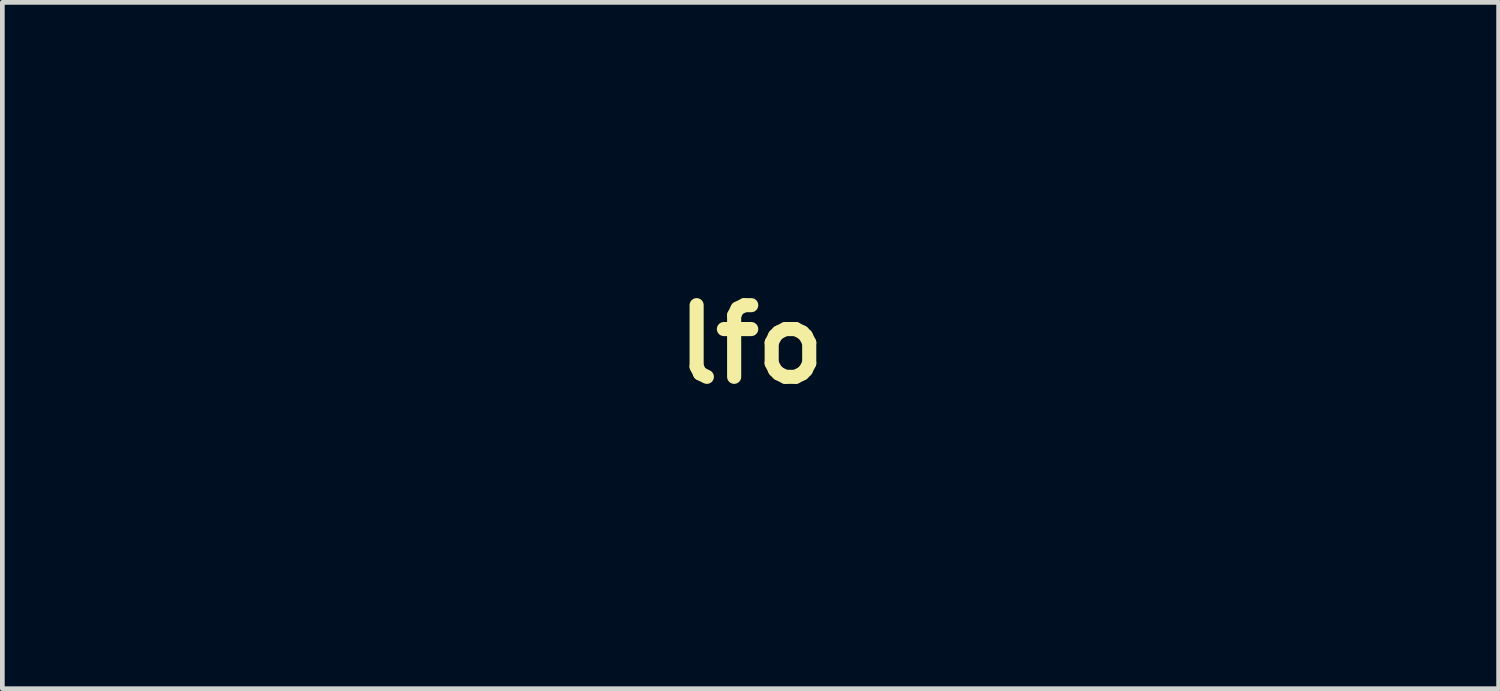
<source format=kicad_pcb>
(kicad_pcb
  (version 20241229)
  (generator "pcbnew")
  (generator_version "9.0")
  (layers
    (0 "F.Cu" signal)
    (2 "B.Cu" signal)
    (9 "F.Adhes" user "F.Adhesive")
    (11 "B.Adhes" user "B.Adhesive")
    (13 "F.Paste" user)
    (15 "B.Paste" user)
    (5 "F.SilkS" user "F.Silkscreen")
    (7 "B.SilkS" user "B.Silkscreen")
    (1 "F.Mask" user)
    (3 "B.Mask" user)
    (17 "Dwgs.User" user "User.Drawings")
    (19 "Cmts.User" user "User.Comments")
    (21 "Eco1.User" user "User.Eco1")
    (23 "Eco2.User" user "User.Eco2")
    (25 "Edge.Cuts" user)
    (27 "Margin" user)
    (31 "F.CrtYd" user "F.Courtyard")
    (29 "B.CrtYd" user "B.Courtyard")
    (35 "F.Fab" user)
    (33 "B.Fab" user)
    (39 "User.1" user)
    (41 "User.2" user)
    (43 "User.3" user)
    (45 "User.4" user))
  (footprint "lfo"
    (layer "F.Cu")
    (at 12.927 4.275)
    (property "Reference" "lfo" (at 0 0 0) (layer "F.SilkS") (effects (font (size 1.524 1.524) (thickness 0.3))))
    (attr through_hole)
    (fp_poly (pts (xy -12.167 -4.083) (xy -11.998 -4.011) (xy -11.833 -3.876) (xy -11.798 -3.838) (xy -11.736 -3.767) (xy -11.685 -3.7) (xy -11.645 -3.631) (xy -11.615 -3.551) (xy -11.592 -3.454) (xy -11.576 -3.332) (xy -11.566 -3.177) (xy -11.56 -2.983) (xy -11.558 -2.741) (xy -11.557 -2.445) (xy -11.557 -2.374) (xy -11.557 -1.362) (xy -11.451 -1.197) (xy -11.395 -1.121) (xy -11.303 -1.009) (xy -11.187 -0.874) (xy -11.054 -0.725) (xy -10.927 -0.587) (xy -10.789 -0.442) (xy -10.676 -0.32) (xy -10.586 -0.214) (xy -10.515 -0.115) (xy -10.46 -0.015) (xy -10.421 0.093) (xy -10.393 0.219) (xy -10.375 0.37) (xy -10.364 0.553) (xy -10.358 0.779) (xy -10.354 1.053) (xy -10.351 1.286) (xy -10.346 1.576) (xy -10.342 1.81) (xy -10.338 1.994) (xy -10.333 2.135) (xy -10.327 2.241) (xy -10.319 2.317) (xy -10.309 2.371) (xy -10.296 2.41) (xy -10.28 2.441) (xy -10.263 2.466) (xy -10.13 2.61) (xy -9.944 2.75) (xy -9.779 2.845) (xy -9.604 2.937) (xy -7.303 2.953) (xy -6.832 2.956) (xy -6.423 2.96) (xy -6.07 2.964) (xy -5.771 2.968) (xy -5.524 2.973) (xy -5.324 2.978) (xy -5.169 2.984) (xy -5.055 2.99) (xy -4.979 2.997) (xy -4.939 3.005) (xy -4.934 3.007) (xy -4.856 3.068) (xy -4.765 3.163) (xy -4.68 3.269) (xy -4.624 3.358) (xy -4.561 3.54) (xy -4.56 3.716) (xy -4.62 3.882) (xy -4.739 4.034) (xy -4.915 4.17) (xy -4.995 4.215) (xy -5.159 4.302) (xy -8.017 4.309) (xy -8.509 4.311) (xy -8.942 4.311) (xy -9.319 4.312) (xy -9.645 4.312) (xy -9.925 4.312) (xy -10.161 4.311) (xy -10.358 4.309) (xy -10.52 4.307) (xy -10.652 4.303) (xy -10.757 4.299) (xy -10.84 4.294) (xy -10.904 4.288) (xy -10.954 4.281) (xy -10.993 4.273) (xy -11.027 4.263) (xy -11.045 4.257) (xy -11.095 4.238) (xy -11.146 4.211) (xy -11.204 4.172) (xy -11.274 4.117) (xy -11.361 4.04) (xy -11.471 3.937) (xy -11.609 3.804) (xy -11.781 3.635) (xy -11.992 3.425) (xy -12.009 3.409) (xy -12.248 3.169) (xy -12.444 2.969) (xy -12.599 2.806) (xy -12.716 2.677) (xy -12.798 2.578) (xy -12.848 2.508) (xy -12.862 2.482) (xy -12.872 2.457) (xy -12.881 2.428) (xy -12.889 2.391) (xy -12.896 2.343) (xy -12.901 2.279) (xy -12.906 2.196) (xy -12.91 2.089) (xy -12.914 1.954) (xy -12.916 1.788) (xy -12.918 1.587) (xy -12.92 1.346) (xy -12.921 1.062) (xy -12.922 0.731) (xy -12.922 0.349) (xy -12.922 -0.089) (xy -12.922 -0.586) (xy -12.922 -0.641) (xy -12.922 -1.155) (xy -12.922 -1.61) (xy -12.922 -2.008) (xy -12.921 -2.355) (xy -12.92 -2.654) (xy -12.918 -2.909) (xy -12.914 -3.123) (xy -12.909 -3.3) (xy -12.902 -3.445) (xy -12.893 -3.561) (xy -12.882 -3.653) (xy -12.868 -3.723) (xy -12.852 -3.776) (xy -12.832 -3.815) (xy -12.81 -3.845) (xy -12.784 -3.869) (xy -12.754 -3.891) (xy -12.721 -3.915) (xy -12.713 -3.921) (xy -12.523 -4.038) (xy -12.342 -4.092) (xy -12.167 -4.083)) (stroke (width 0.01) (type solid)) (fill yes) (layer "F.Mask"))
    (fp_poly (pts (xy 3.639 -4.184) (xy 3.834 -4.057) (xy 3.972 -3.91) (xy 4.049 -3.764) (xy 4.083 -3.592) (xy 4.058 -3.423) (xy 3.975 -3.262) (xy 3.84 -3.117) (xy 3.655 -2.993) (xy 3.639 -2.985) (xy 3.42 -2.873) (xy 0.511 -2.857) (xy -2.397 -2.842) (xy -2.516 -2.751) (xy -2.596 -2.676) (xy -2.688 -2.57) (xy -2.762 -2.469) (xy -2.889 -2.279) (xy -2.889 -1.784) (xy -2.887 -1.553) (xy -2.876 -1.375) (xy -2.853 -1.238) (xy -2.815 -1.131) (xy -2.758 -1.043) (xy -2.677 -0.964) (xy -2.579 -0.888) (xy -2.528 -0.851) (xy -2.482 -0.819) (xy -2.437 -0.79) (xy -2.389 -0.765) (xy -2.334 -0.744) (xy -2.267 -0.726) (xy -2.185 -0.711) (xy -2.084 -0.699) (xy -1.958 -0.689) (xy -1.806 -0.682) (xy -1.621 -0.676) (xy -1.4 -0.672) (xy -1.139 -0.669) (xy -0.834 -0.668) (xy -0.481 -0.667) (xy -0.076 -0.667) (xy 0.386 -0.667) (xy 0.762 -0.667) (xy 3.607 -0.667) (xy 3.735 -0.572) (xy 3.891 -0.429) (xy 4.004 -0.263) (xy 4.068 -0.088) (xy 4.078 0.085) (xy 4.065 0.156) (xy 3.999 0.297) (xy 3.885 0.436) (xy 3.739 0.559) (xy 3.574 0.651) (xy 3.545 0.662) (xy 3.509 0.675) (xy 3.472 0.687) (xy 3.431 0.696) (xy 3.379 0.704) (xy 3.313 0.711) (xy 3.227 0.717) (xy 3.118 0.721) (xy 2.98 0.724) (xy 2.808 0.727) (xy 2.598 0.728) (xy 2.345 0.729) (xy 2.044 0.73) (xy 1.69 0.73) (xy 1.28 0.73) (xy 1.132 0.73) (xy -1.099 0.73) (xy -1.24 0.821) (xy -1.436 0.978) (xy -1.627 1.194) (xy -1.646 1.219) (xy -1.665 1.246) (xy -1.68 1.275) (xy -1.691 1.315) (xy -1.7 1.371) (xy -1.706 1.451) (xy -1.71 1.562) (xy -1.713 1.711) (xy -1.714 1.905) (xy -1.714 2.15) (xy -1.714 2.348) (xy -1.714 3.385) (xy -1.837 3.637) (xy -1.965 3.86) (xy -2.112 4.031) (xy -2.286 4.157) (xy -2.496 4.242) (xy -2.748 4.29) (xy -2.969 4.305) (xy -3.127 4.306) (xy -3.277 4.303) (xy -3.397 4.294) (xy -3.452 4.286) (xy -3.692 4.207) (xy -3.909 4.079) (xy -4.09 3.912) (xy -4.221 3.719) (xy -4.232 3.696) (xy -4.241 3.672) (xy -4.25 3.641) (xy -4.257 3.601) (xy -4.264 3.547) (xy -4.269 3.475) (xy -4.273 3.382) (xy -4.277 3.263) (xy -4.28 3.114) (xy -4.282 2.931) (xy -4.284 2.711) (xy -4.285 2.45) (xy -4.286 2.143) (xy -4.286 1.786) (xy -4.286 1.376) (xy -4.286 0.908) (xy -4.286 0.64) (xy -4.286 0.141) (xy -4.286 -0.3) (xy -4.286 -0.684) (xy -4.285 -1.017) (xy -4.284 -1.303) (xy -4.283 -1.545) (xy -4.281 -1.747) (xy -4.278 -1.914) (xy -4.275 -2.049) (xy -4.271 -2.156) (xy -4.266 -2.24) (xy -4.26 -2.305) (xy -4.253 -2.353) (xy -4.245 -2.39) (xy -4.236 -2.419) (xy -4.226 -2.445) (xy -4.224 -2.449) (xy -4.181 -2.515) (xy -4.099 -2.616) (xy -3.983 -2.747) (xy -3.841 -2.901) (xy -3.679 -3.07) (xy -3.504 -3.248) (xy -3.323 -3.428) (xy -3.143 -3.604) (xy -2.97 -3.769) (xy -2.812 -3.916) (xy -2.674 -4.037) (xy -2.564 -4.128) (xy -2.489 -4.18) (xy -2.477 -4.187) (xy -2.45 -4.197) (xy -2.42 -4.206) (xy -2.382 -4.214) (xy -2.332 -4.221) (xy -2.267 -4.228) (xy -2.182 -4.233) (xy -2.073 -4.237) (xy -1.936 -4.241) (xy -1.767 -4.244) (xy -1.563 -4.247) (xy -1.318 -4.25) (xy -1.03 -4.252) (xy -0.694 -4.254) (xy -0.305 -4.256) (xy 0.139 -4.257) (xy 0.572 -4.259) (xy 3.477 -4.27) (xy 3.639 -4.184)) (stroke (width 0.01) (type solid)) (fill yes) (layer "F.Mask"))
    (fp_poly (pts (xy 10.269 -4.264) (xy 10.46 -4.263) (xy 10.615 -4.261) (xy 10.737 -4.257) (xy 10.832 -4.253) (xy 10.903 -4.248) (xy 10.956 -4.241) (xy 10.995 -4.233) (xy 11.024 -4.223) (xy 11.048 -4.212) (xy 11.049 -4.212) (xy 11.097 -4.176) (xy 11.184 -4.101) (xy 11.303 -3.991) (xy 11.45 -3.854) (xy 11.617 -3.693) (xy 11.799 -3.516) (xy 11.962 -3.354) (xy 12.178 -3.139) (xy 12.354 -2.962) (xy 12.493 -2.819) (xy 12.6 -2.705) (xy 12.681 -2.614) (xy 12.74 -2.541) (xy 12.781 -2.482) (xy 12.81 -2.429) (xy 12.828 -2.388) (xy 12.84 -2.353) (xy 12.85 -2.316) (xy 12.859 -2.272) (xy 12.867 -2.216) (xy 12.873 -2.143) (xy 12.878 -2.048) (xy 12.882 -1.928) (xy 12.885 -1.776) (xy 12.887 -1.589) (xy 12.889 -1.362) (xy 12.89 -1.089) (xy 12.89 -0.767) (xy 12.89 -0.39) (xy 12.89 -0.005) (xy 12.89 0.432) (xy 12.89 0.81) (xy 12.889 1.134) (xy 12.887 1.408) (xy 12.885 1.638) (xy 12.882 1.826) (xy 12.879 1.979) (xy 12.874 2.101) (xy 12.868 2.197) (xy 12.861 2.27) (xy 12.853 2.327) (xy 12.844 2.37) (xy 12.84 2.383) (xy 12.825 2.431) (xy 12.805 2.476) (xy 12.775 2.526) (xy 12.732 2.586) (xy 12.67 2.659) (xy 12.585 2.752) (xy 12.472 2.87) (xy 12.327 3.018) (xy 12.145 3.2) (xy 11.959 3.387) (xy 11.743 3.603) (xy 11.565 3.779) (xy 11.423 3.918) (xy 11.309 4.027) (xy 11.219 4.108) (xy 11.148 4.167) (xy 11.091 4.208) (xy 11.042 4.236) (xy 10.996 4.255) (xy 10.956 4.268) (xy 10.915 4.278) (xy 10.864 4.286) (xy 10.797 4.294) (xy 10.71 4.3) (xy 10.597 4.305) (xy 10.456 4.309) (xy 10.28 4.312) (xy 10.065 4.314) (xy 9.806 4.316) (xy 9.5 4.317) (xy 9.14 4.317) (xy 8.723 4.317) (xy 8.591 4.317) (xy 8.162 4.317) (xy 7.792 4.316) (xy 7.477 4.315) (xy 7.21 4.314) (xy 6.988 4.312) (xy 6.806 4.31) (xy 6.658 4.306) (xy 6.541 4.302) (xy 6.449 4.296) (xy 6.378 4.29) (xy 6.323 4.282) (xy 6.279 4.273) (xy 6.241 4.262) (xy 6.227 4.257) (xy 6.177 4.237) (xy 6.126 4.211) (xy 6.069 4.173) (xy 6 4.118) (xy 5.913 4.042) (xy 5.804 3.94) (xy 5.667 3.807) (xy 5.496 3.639) (xy 5.287 3.431) (xy 5.265 3.409) (xy 5.024 3.167) (xy 4.827 2.965) (xy 4.672 2.801) (xy 4.554 2.671) (xy 4.472 2.573) (xy 4.423 2.503) (xy 4.412 2.48) (xy 4.4 2.452) (xy 4.39 2.421) (xy 4.381 2.382) (xy 4.374 2.33) (xy 4.368 2.262) (xy 4.363 2.172) (xy 4.359 2.056) (xy 4.356 1.911) (xy 4.354 1.73) (xy 4.352 1.509) (xy 4.351 1.245) (xy 4.35 0.932) (xy 4.35 0.567) (xy 4.35 0.143) (xy 4.35 0.032) (xy 5.747 0.032) (xy 5.747 0.469) (xy 5.747 0.846) (xy 5.748 1.17) (xy 5.749 1.443) (xy 5.75 1.671) (xy 5.752 1.859) (xy 5.755 2.01) (xy 5.759 2.13) (xy 5.764 2.222) (xy 5.77 2.292) (xy 5.777 2.344) (xy 5.785 2.383) (xy 5.795 2.412) (xy 5.807 2.438) (xy 5.809 2.442) (xy 5.916 2.592) (xy 6.071 2.724) (xy 6.171 2.785) (xy 6.221 2.81) (xy 6.269 2.832) (xy 6.32 2.851) (xy 6.378 2.867) (xy 6.449 2.88) (xy 6.538 2.89) (xy 6.648 2.899) (xy 6.786 2.905) (xy 6.956 2.909) (xy 7.162 2.912) (xy 7.41 2.913) (xy 7.705 2.913) (xy 8.051 2.913) (xy 8.454 2.912) (xy 8.668 2.911) (xy 10.811 2.905) (xy 10.954 2.831) (xy 11.151 2.699) (xy 11.315 2.53) (xy 11.418 2.365) (xy 11.439 2.319) (xy 11.455 2.275) (xy 11.468 2.224) (xy 11.478 2.16) (xy 11.485 2.075) (xy 11.489 1.96) (xy 11.491 1.808) (xy 11.493 1.613) (xy 11.493 1.365) (xy 11.493 1.222) (xy 11.493 0.926) (xy 11.492 0.685) (xy 11.487 0.489) (xy 11.474 0.33) (xy 11.452 0.199) (xy 11.416 0.087) (xy 11.364 -0.015) (xy 11.294 -0.117) (xy 11.202 -0.226) (xy 11.085 -0.351) (xy 10.941 -0.503) (xy 10.924 -0.521) (xy 10.787 -0.669) (xy 10.66 -0.813) (xy 10.553 -0.941) (xy 10.474 -1.044) (xy 10.432 -1.108) (xy 10.398 -1.188) (xy 10.373 -1.283) (xy 10.352 -1.407) (xy 10.333 -1.574) (xy 10.324 -1.687) (xy 10.297 -1.944) (xy 10.262 -2.15) (xy 10.213 -2.316) (xy 10.147 -2.455) (xy 10.061 -2.578) (xy 10.033 -2.612) (xy 9.988 -2.664) (xy 9.948 -2.708) (xy 9.907 -2.745) (xy 9.86 -2.775) (xy 9.803 -2.799) (xy 9.729 -2.818) (xy 9.633 -2.833) (xy 9.51 -2.843) (xy 9.354 -2.85) (xy 9.16 -2.854) (xy 8.923 -2.857) (xy 8.637 -2.857) (xy 8.298 -2.858) (xy 7.994 -2.857) (xy 6.299 -2.858) (xy 6.157 -2.768) (xy 5.992 -2.638) (xy 5.859 -2.484) (xy 5.79 -2.358) (xy 5.781 -2.328) (xy 5.774 -2.275) (xy 5.767 -2.198) (xy 5.762 -2.091) (xy 5.758 -1.951) (xy 5.754 -1.773) (xy 5.752 -1.553) (xy 5.749 -1.289) (xy 5.748 -0.974) (xy 5.747 -0.606) (xy 5.747 -0.181) (xy 5.747 0.032) (xy 4.35 0.032) (xy 4.35 -0.005) (xy 4.35 -2.352) (xy 4.426 -2.501) (xy 4.47 -2.564) (xy 4.554 -2.662) (xy 4.671 -2.79) (xy 4.814 -2.94) (xy 4.977 -3.106) (xy 5.152 -3.28) (xy 5.333 -3.457) (xy 5.512 -3.629) (xy 5.683 -3.79) (xy 5.839 -3.932) (xy 5.972 -4.05) (xy 6.077 -4.136) (xy 6.145 -4.184) (xy 6.148 -4.185) (xy 6.174 -4.198) (xy 6.202 -4.209) (xy 6.236 -4.218) (xy 6.282 -4.226) (xy 6.342 -4.233) (xy 6.424 -4.238) (xy 6.529 -4.243) (xy 6.664 -4.247) (xy 6.832 -4.25) (xy 7.039 -4.252) (xy 7.288 -4.255) (xy 7.585 -4.256) (xy 7.933 -4.258) (xy 8.337 -4.26) (xy 8.608 -4.261) (xy 9.05 -4.263) (xy 9.432 -4.264) (xy 9.76 -4.265) (xy 10.037 -4.265) (xy 10.269 -4.264)) (stroke (width 0.01) (type solid)) (fill yes) (layer "F.Mask")))
  (gr_rect
    (start -3 -3)
    (end 28.823 11.597)
    (stroke (width 0.1) (type default))
    (fill no)
    (layer "Edge.Cuts")))
</source>
